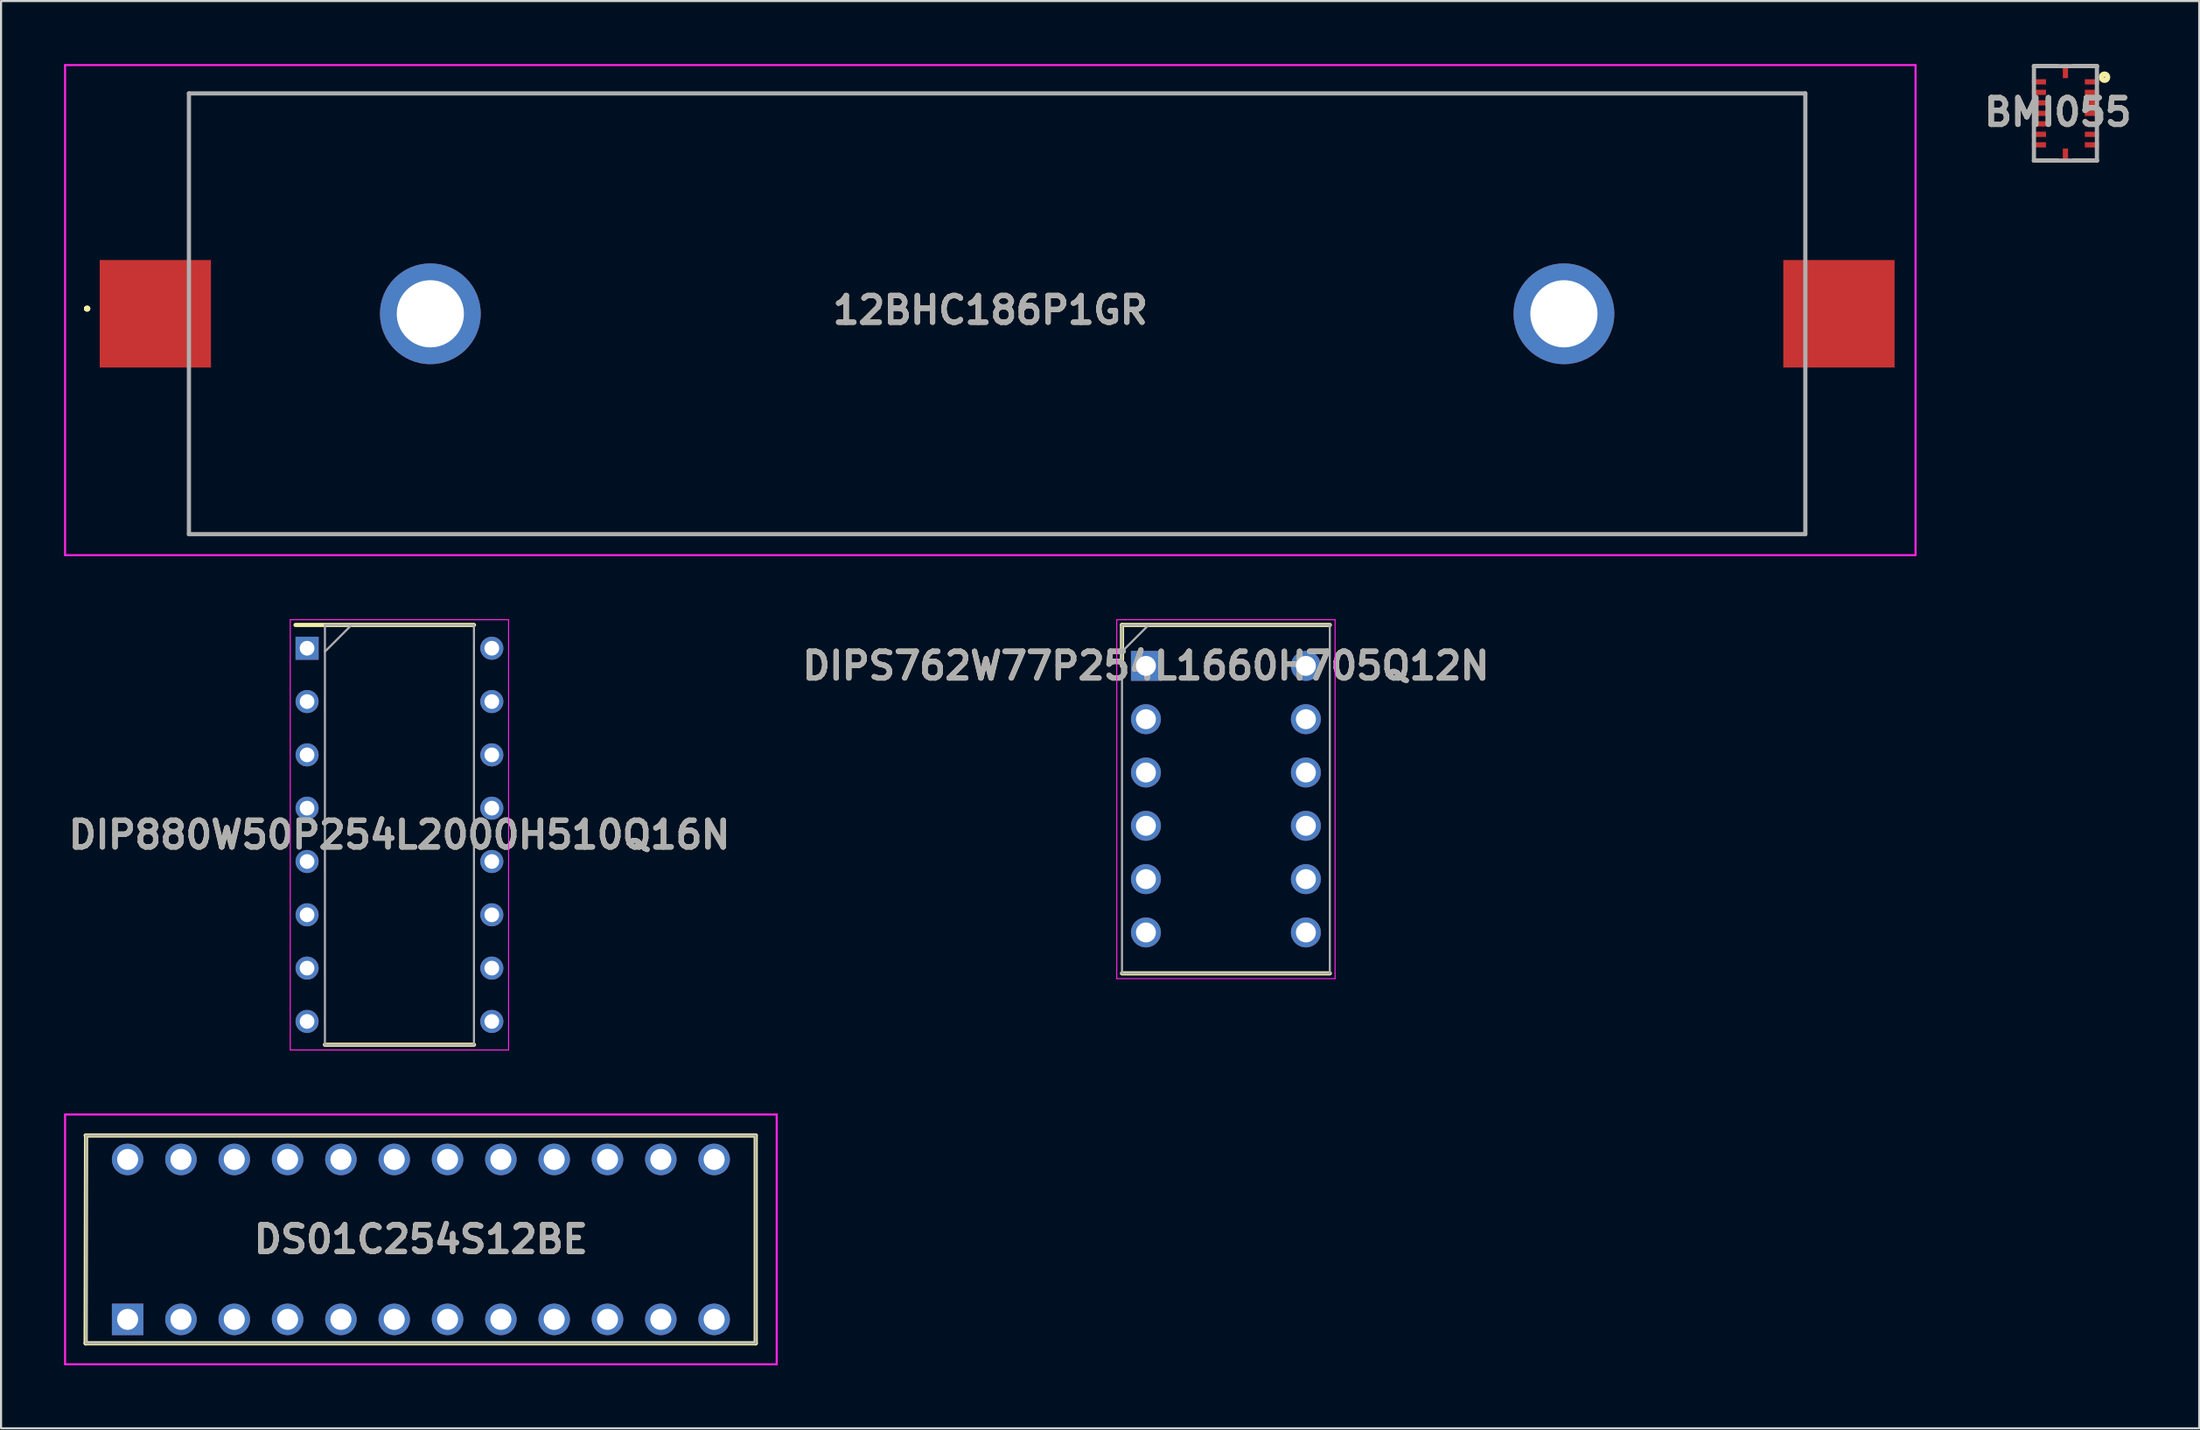
<source format=kicad_pcb>
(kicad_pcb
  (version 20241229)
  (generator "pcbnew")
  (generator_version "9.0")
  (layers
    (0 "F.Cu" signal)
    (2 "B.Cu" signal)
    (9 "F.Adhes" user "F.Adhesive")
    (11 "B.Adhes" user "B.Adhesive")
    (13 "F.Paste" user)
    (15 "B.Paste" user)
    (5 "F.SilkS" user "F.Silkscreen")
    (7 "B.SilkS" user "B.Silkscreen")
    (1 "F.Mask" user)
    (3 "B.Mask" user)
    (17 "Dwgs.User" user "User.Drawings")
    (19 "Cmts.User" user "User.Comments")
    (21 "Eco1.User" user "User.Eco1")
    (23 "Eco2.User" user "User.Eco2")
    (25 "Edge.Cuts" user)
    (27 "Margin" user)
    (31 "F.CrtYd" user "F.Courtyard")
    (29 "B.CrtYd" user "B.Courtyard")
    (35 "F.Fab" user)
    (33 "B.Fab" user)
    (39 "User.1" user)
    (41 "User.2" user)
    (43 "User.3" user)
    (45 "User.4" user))
  (footprint "DIPS762W77P254L1660H705Q12N"
    (layer "F.Cu")
    (at 51.538 28.675)
    (property "Reference" "DIPS762W77P254L1660H705Q12N" (at 0 0 0) (layer "F.SilkS") (effects (font (size 1.27 1.27) (thickness 0.254))))
    (attr through_hole)
    (fp_line (start -1.14 -1.95) (end -1.14 0) (stroke (width 0.2) (type solid)) (layer "F.SilkS"))
    (fp_line (start -1.14 14.65) (end 8.76 14.65) (stroke (width 0.2) (type solid)) (layer "F.SilkS"))
    (fp_line (start 8.76 -1.95) (end -1.14 -1.95) (stroke (width 0.2) (type solid)) (layer "F.SilkS"))
    (fp_line (start -1.39 -2.2) (end 9.01 -2.2) (stroke (width 0.05) (type solid)) (layer "F.CrtYd"))
    (fp_line (start -1.39 14.9) (end -1.39 -2.2) (stroke (width 0.05) (type solid)) (layer "F.CrtYd"))
    (fp_line (start 9.01 -2.2) (end 9.01 14.9) (stroke (width 0.05) (type solid)) (layer "F.CrtYd"))
    (fp_line (start 9.01 14.9) (end -1.39 14.9) (stroke (width 0.05) (type solid)) (layer "F.CrtYd"))
    (fp_line (start -1.14 -1.95) (end 8.76 -1.95) (stroke (width 0.1) (type solid)) (layer "F.Fab"))
    (fp_line (start -1.14 -0.68) (end 0.13 -1.95) (stroke (width 0.1) (type solid)) (layer "F.Fab"))
    (fp_line (start -1.14 14.65) (end -1.14 -1.95) (stroke (width 0.1) (type solid)) (layer "F.Fab"))
    (fp_line (start 8.76 -1.95) (end 8.76 14.65) (stroke (width 0.1) (type solid)) (layer "F.Fab"))
    (fp_line (start 8.76 14.65) (end -1.14 14.65) (stroke (width 0.1) (type solid)) (layer "F.Fab"))
    (fp_text user "${REFERENCE}" (at 0 0 0) (layer "F.Fab") (effects (font (size 1.27 1.27) (thickness 0.254))))
    (pad "1" thru_hole rect (at 0 0) (size 1.425 1.425) (drill 0.95) (layers "*.Cu" "*.Mask"))
    (pad "2" thru_hole circle (at 0 2.54) (size 1.425 1.425) (drill 0.95) (layers "*.Cu" "*.Mask"))
    (pad "3" thru_hole circle (at 0 5.08) (size 1.425 1.425) (drill 0.95) (layers "*.Cu" "*.Mask"))
    (pad "4" thru_hole circle (at 0 7.62) (size 1.425 1.425) (drill 0.95) (layers "*.Cu" "*.Mask"))
    (pad "5" thru_hole circle (at 0 10.16) (size 1.425 1.425) (drill 0.95) (layers "*.Cu" "*.Mask"))
    (pad "6" thru_hole circle (at 0 12.7) (size 1.425 1.425) (drill 0.95) (layers "*.Cu" "*.Mask"))
    (pad "7" thru_hole circle (at 7.62 12.7) (size 1.425 1.425) (drill 0.95) (layers "*.Cu" "*.Mask"))
    (pad "8" thru_hole circle (at 7.62 10.16) (size 1.425 1.425) (drill 0.95) (layers "*.Cu" "*.Mask"))
    (pad "9" thru_hole circle (at 7.62 7.62) (size 1.425 1.425) (drill 0.95) (layers "*.Cu" "*.Mask"))
    (pad "10" thru_hole circle (at 7.62 5.08) (size 1.425 1.425) (drill 0.95) (layers "*.Cu" "*.Mask"))
    (pad "11" thru_hole circle (at 7.62 2.54) (size 1.425 1.425) (drill 0.95) (layers "*.Cu" "*.Mask"))
    (pad "12" thru_hole circle (at 7.62 0) (size 1.425 1.425) (drill 0.95) (layers "*.Cu" "*.Mask")))
  (footprint "DIP880W50P254L2000H510Q16N"
    (layer "F.Cu")
    (at 15.978 36.725)
    (property "Reference" "DIP880W50P254L2000H510Q16N" (at 0 0 0) (layer "F.SilkS") (effects (font (size 1.27 1.27) (thickness 0.254))))
    (attr through_hole)
    (fp_line (start -4.95 -10) (end 3.55 -10) (stroke (width 0.2) (type solid)) (layer "F.SilkS"))
    (fp_line (start -3.55 10) (end 3.55 10) (stroke (width 0.2) (type solid)) (layer "F.SilkS"))
    (fp_line (start -5.2 -10.25) (end 5.2 -10.25) (stroke (width 0.05) (type solid)) (layer "F.CrtYd"))
    (fp_line (start -5.2 10.25) (end -5.2 -10.25) (stroke (width 0.05) (type solid)) (layer "F.CrtYd"))
    (fp_line (start 5.2 -10.25) (end 5.2 10.25) (stroke (width 0.05) (type solid)) (layer "F.CrtYd"))
    (fp_line (start 5.2 10.25) (end -5.2 10.25) (stroke (width 0.05) (type solid)) (layer "F.CrtYd"))
    (fp_line (start -3.55 -10) (end 3.55 -10) (stroke (width 0.1) (type solid)) (layer "F.Fab"))
    (fp_line (start -3.55 -8.73) (end -2.28 -10) (stroke (width 0.1) (type solid)) (layer "F.Fab"))
    (fp_line (start -3.55 10) (end -3.55 -10) (stroke (width 0.1) (type solid)) (layer "F.Fab"))
    (fp_line (start 3.55 -10) (end 3.55 10) (stroke (width 0.1) (type solid)) (layer "F.Fab"))
    (fp_line (start 3.55 10) (end -3.55 10) (stroke (width 0.1) (type solid)) (layer "F.Fab"))
    (fp_text user "${REFERENCE}" (at 0 0 0) (layer "F.Fab") (effects (font (size 1.27 1.27) (thickness 0.254))))
    (pad "1" thru_hole rect (at -4.4 -8.89) (size 1.1 1.1) (drill 0.7) (layers "*.Cu" "*.Mask"))
    (pad "2" thru_hole circle (at -4.4 -6.35) (size 1.1 1.1) (drill 0.7) (layers "*.Cu" "*.Mask"))
    (pad "3" thru_hole circle (at -4.4 -3.81) (size 1.1 1.1) (drill 0.7) (layers "*.Cu" "*.Mask"))
    (pad "4" thru_hole circle (at -4.4 -1.27) (size 1.1 1.1) (drill 0.7) (layers "*.Cu" "*.Mask"))
    (pad "5" thru_hole circle (at -4.4 1.27) (size 1.1 1.1) (drill 0.7) (layers "*.Cu" "*.Mask"))
    (pad "6" thru_hole circle (at -4.4 3.81) (size 1.1 1.1) (drill 0.7) (layers "*.Cu" "*.Mask"))
    (pad "7" thru_hole circle (at -4.4 6.35) (size 1.1 1.1) (drill 0.7) (layers "*.Cu" "*.Mask"))
    (pad "8" thru_hole circle (at -4.4 8.89) (size 1.1 1.1) (drill 0.7) (layers "*.Cu" "*.Mask"))
    (pad "9" thru_hole circle (at 4.4 8.89) (size 1.1 1.1) (drill 0.7) (layers "*.Cu" "*.Mask"))
    (pad "10" thru_hole circle (at 4.4 6.35) (size 1.1 1.1) (drill 0.7) (layers "*.Cu" "*.Mask"))
    (pad "11" thru_hole circle (at 4.4 3.81) (size 1.1 1.1) (drill 0.7) (layers "*.Cu" "*.Mask"))
    (pad "12" thru_hole circle (at 4.4 1.27) (size 1.1 1.1) (drill 0.7) (layers "*.Cu" "*.Mask"))
    (pad "13" thru_hole circle (at 4.4 -1.27) (size 1.1 1.1) (drill 0.7) (layers "*.Cu" "*.Mask"))
    (pad "14" thru_hole circle (at 4.4 -3.81) (size 1.1 1.1) (drill 0.7) (layers "*.Cu" "*.Mask"))
    (pad "15" thru_hole circle (at 4.4 -6.35) (size 1.1 1.1) (drill 0.7) (layers "*.Cu" "*.Mask"))
    (pad "16" thru_hole circle (at 4.4 -8.89) (size 1.1 1.1) (drill 0.7) (layers "*.Cu" "*.Mask")))
  (footprint "12BHC186P1GR"
    (layer "F.Cu")
    (at 44.45 11.9)
    (property "Reference" "12BHC186P1GR" (at -0.325 -0.175 0) (layer "F.SilkS") (effects (font (size 1.27 1.27) (thickness 0.254))))
    (attr through_hole)
    (fp_line (start -43.4 -0.25) (end -43.4 -0.25) (stroke (width 0.2) (type solid)) (layer "F.SilkS"))
    (fp_line (start -43.4 -0.25) (end -43.4 -0.25) (stroke (width 0.2) (type solid)) (layer "F.SilkS"))
    (fp_line (start -43.3 -0.25) (end -43.3 -0.25) (stroke (width 0.2) (type solid)) (layer "F.SilkS"))
    (fp_line (start -38.5 -10.5) (end -38.5 -10.5) (stroke (width 0.1) (type solid)) (layer "F.SilkS"))
    (fp_line (start -38.5 -10.5) (end -38.5 -10.5) (stroke (width 0.1) (type solid)) (layer "F.SilkS"))
    (fp_line (start -38.5 -10.5) (end -38.5 -3.25) (stroke (width 0.1) (type solid)) (layer "F.SilkS"))
    (fp_line (start -38.5 -10.5) (end -35.75 -10.5) (stroke (width 0.1) (type solid)) (layer "F.SilkS"))
    (fp_line (start -38.5 -3.25) (end -38.5 -10.5) (stroke (width 0.1) (type solid)) (layer "F.SilkS"))
    (fp_line (start -38.5 -3.25) (end -38.5 -3.25) (stroke (width 0.1) (type solid)) (layer "F.SilkS"))
    (fp_line (start -38.5 3.25) (end -38.5 3.25) (stroke (width 0.1) (type solid)) (layer "F.SilkS"))
    (fp_line (start -38.5 3.25) (end -38.5 10.5) (stroke (width 0.1) (type solid)) (layer "F.SilkS"))
    (fp_line (start -38.5 10.5) (end -38.5 3.25) (stroke (width 0.1) (type solid)) (layer "F.SilkS"))
    (fp_line (start -38.5 10.5) (end -38.5 10.5) (stroke (width 0.1) (type solid)) (layer "F.SilkS"))
    (fp_line (start -38.5 10.5) (end -38.5 10.5) (stroke (width 0.1) (type solid)) (layer "F.SilkS"))
    (fp_line (start -38.5 10.5) (end 38.5 10.5) (stroke (width 0.1) (type solid)) (layer "F.SilkS"))
    (fp_line (start -35.75 -10.5) (end -38.5 -10.5) (stroke (width 0.1) (type solid)) (layer "F.SilkS"))
    (fp_line (start -35.75 -10.5) (end -35.75 -10.5) (stroke (width 0.1) (type solid)) (layer "F.SilkS"))
    (fp_line (start -32.75 -10.5) (end -32.75 -10.5) (stroke (width 0.1) (type solid)) (layer "F.SilkS"))
    (fp_line (start -32.75 -10.5) (end 38.5 -10.5) (stroke (width 0.1) (type solid)) (layer "F.SilkS"))
    (fp_line (start 38.5 -10.5) (end -32.75 -10.5) (stroke (width 0.1) (type solid)) (layer "F.SilkS"))
    (fp_line (start 38.5 -10.5) (end 38.5 -10.5) (stroke (width 0.1) (type solid)) (layer "F.SilkS"))
    (fp_line (start 38.5 -10.5) (end 38.5 -10.5) (stroke (width 0.1) (type solid)) (layer "F.SilkS"))
    (fp_line (start 38.5 -10.5) (end 38.5 -3.25) (stroke (width 0.1) (type solid)) (layer "F.SilkS"))
    (fp_line (start 38.5 -3.25) (end 38.5 -10.5) (stroke (width 0.1) (type solid)) (layer "F.SilkS"))
    (fp_line (start 38.5 -3.25) (end 38.5 -3.25) (stroke (width 0.1) (type solid)) (layer "F.SilkS"))
    (fp_line (start 38.5 3.25) (end 38.5 3.25) (stroke (width 0.1) (type solid)) (layer "F.SilkS"))
    (fp_line (start 38.5 3.25) (end 38.5 10.5) (stroke (width 0.1) (type solid)) (layer "F.SilkS"))
    (fp_line (start 38.5 10.5) (end -38.5 10.5) (stroke (width 0.1) (type solid)) (layer "F.SilkS"))
    (fp_line (start 38.5 10.5) (end 38.5 3.25) (stroke (width 0.1) (type solid)) (layer "F.SilkS"))
    (fp_line (start 38.5 10.5) (end 38.5 10.5) (stroke (width 0.1) (type solid)) (layer "F.SilkS"))
    (fp_line (start 38.5 10.5) (end 38.5 10.5) (stroke (width 0.1) (type solid)) (layer "F.SilkS"))
    (fp_arc (start -43.4 -0.25) (mid -43.35 -0.3) (end -43.3 -0.25) (stroke (width 0.2) (type solid)) (layer "F.SilkS"))
    (fp_arc (start -43.3 -0.25) (mid -43.35 -0.2) (end -43.4 -0.25) (stroke (width 0.2) (type solid)) (layer "F.SilkS"))
    (fp_arc (start -43.3 -0.25) (mid -43.35 -0.2) (end -43.4 -0.25) (stroke (width 0.2) (type solid)) (layer "F.SilkS"))
    (fp_line (start -44.4 -11.85) (end 43.75 -11.85) (stroke (width 0.1) (type solid)) (layer "F.CrtYd"))
    (fp_line (start -44.4 11.5) (end -44.4 -11.85) (stroke (width 0.1) (type solid)) (layer "F.CrtYd"))
    (fp_line (start 43.75 -11.85) (end 43.75 11.5) (stroke (width 0.1) (type solid)) (layer "F.CrtYd"))
    (fp_line (start 43.75 11.5) (end -44.4 11.5) (stroke (width 0.1) (type solid)) (layer "F.CrtYd"))
    (fp_line (start -38.5 -10.5) (end -38.5 10.5) (stroke (width 0.2) (type solid)) (layer "F.Fab"))
    (fp_line (start -38.5 10.5) (end 38.5 10.5) (stroke (width 0.2) (type solid)) (layer "F.Fab"))
    (fp_line (start 38.5 -10.5) (end -38.5 -10.5) (stroke (width 0.2) (type solid)) (layer "F.Fab"))
    (fp_line (start 38.5 10.5) (end 38.5 -10.5) (stroke (width 0.2) (type solid)) (layer "F.Fab"))
    (fp_text user "${REFERENCE}" (at -0.325 -0.175 0) (layer "F.Fab") (effects (font (size 1.27 1.27) (thickness 0.254))))
    (pad "" np_thru_hole circle (at -34.25 -9.75) (size 0.001 0.001) (drill 2) (layers "*.Cu" "*.Mask"))
    (pad "1" smd rect (at -40.1 0 90) (size 5.12 5.3) (layers "F.Cu" "F.Mask" "F.Paste"))
    (pad "2" smd rect (at 40.1 0 90) (size 5.12 5.3) (layers "F.Cu" "F.Mask" "F.Paste"))
    (pad "MH1" thru_hole circle (at -27 0) (size 4.8 4.8) (drill 3.2) (layers "*.Cu" "*.Mask"))
    (pad "MH2" thru_hole circle (at 27 0) (size 4.8 4.8) (drill 3.2) (layers "*.Cu" "*.Mask")))
  (footprint "DS01C254S12BE"
    (layer "F.Cu")
    (at 3.03 59.81)
    (property "Reference" "DS01C254S12BE" (at 13.97 -3.81 0) (layer "F.SilkS") (effects (font (size 1.27 1.27) (thickness 0.254))))
    (attr through_hole)
    (fp_line (start -2 1.14) (end 29.92 1.14) (stroke (width 0.2) (type solid)) (layer "F.SilkS"))
    (fp_line (start -1.98 -8.76) (end -2 1.14) (stroke (width 0.2) (type solid)) (layer "F.SilkS"))
    (fp_line (start 29.92 -8.76) (end -2 -8.76) (stroke (width 0.2) (type solid)) (layer "F.SilkS"))
    (fp_line (start 29.92 1.14) (end 29.92 -8.76) (stroke (width 0.2) (type solid)) (layer "F.SilkS"))
    (fp_line (start -2.98 -9.76) (end 30.92 -9.76) (stroke (width 0.1) (type solid)) (layer "F.CrtYd"))
    (fp_line (start -2.98 2.14) (end -2.98 -9.76) (stroke (width 0.1) (type solid)) (layer "F.CrtYd"))
    (fp_line (start 30.92 -9.76) (end 30.92 2.14) (stroke (width 0.1) (type solid)) (layer "F.CrtYd"))
    (fp_line (start 30.92 2.14) (end -2.98 2.14) (stroke (width 0.1) (type solid)) (layer "F.CrtYd"))
    (fp_line (start -1.98 -8.76) (end -1.98 1.14) (stroke (width 0.1) (type solid)) (layer "F.Fab"))
    (fp_line (start -1.98 1.14) (end 29.92 1.14) (stroke (width 0.1) (type solid)) (layer "F.Fab"))
    (fp_line (start 29.92 -8.76) (end -1.98 -8.76) (stroke (width 0.1) (type solid)) (layer "F.Fab"))
    (fp_line (start 29.92 1.14) (end 29.92 -8.76) (stroke (width 0.1) (type solid)) (layer "F.Fab"))
    (fp_text user "${REFERENCE}" (at 13.97 -3.81 0) (layer "F.Fab") (effects (font (size 1.27 1.27) (thickness 0.254))))
    (pad "1" thru_hole rect (at 0 0) (size 1.5 1.5) (drill 1) (layers "*.Cu" "*.Mask"))
    (pad "2" thru_hole circle (at 0 -7.62) (size 1.5 1.5) (drill 1) (layers "*.Cu" "*.Mask"))
    (pad "3" thru_hole circle (at 2.54 0) (size 1.5 1.5) (drill 1) (layers "*.Cu" "*.Mask"))
    (pad "4" thru_hole circle (at 2.54 -7.62) (size 1.5 1.5) (drill 1) (layers "*.Cu" "*.Mask"))
    (pad "5" thru_hole circle (at 5.08 0) (size 1.5 1.5) (drill 1) (layers "*.Cu" "*.Mask"))
    (pad "6" thru_hole circle (at 5.08 -7.62) (size 1.5 1.5) (drill 1) (layers "*.Cu" "*.Mask"))
    (pad "7" thru_hole circle (at 7.62 0) (size 1.5 1.5) (drill 1) (layers "*.Cu" "*.Mask"))
    (pad "8" thru_hole circle (at 7.62 -7.62) (size 1.5 1.5) (drill 1) (layers "*.Cu" "*.Mask"))
    (pad "9" thru_hole circle (at 10.16 0) (size 1.5 1.5) (drill 1) (layers "*.Cu" "*.Mask"))
    (pad "10" thru_hole circle (at 10.16 -7.62) (size 1.5 1.5) (drill 1) (layers "*.Cu" "*.Mask"))
    (pad "11" thru_hole circle (at 12.7 0) (size 1.5 1.5) (drill 1) (layers "*.Cu" "*.Mask"))
    (pad "12" thru_hole circle (at 12.7 -7.62) (size 1.5 1.5) (drill 1) (layers "*.Cu" "*.Mask"))
    (pad "13" thru_hole circle (at 15.24 0) (size 1.5 1.5) (drill 1) (layers "*.Cu" "*.Mask"))
    (pad "14" thru_hole circle (at 15.24 -7.62) (size 1.5 1.5) (drill 1) (layers "*.Cu" "*.Mask"))
    (pad "15" thru_hole circle (at 17.78 0) (size 1.5 1.5) (drill 1) (layers "*.Cu" "*.Mask"))
    (pad "16" thru_hole circle (at 17.78 -7.62) (size 1.5 1.5) (drill 1) (layers "*.Cu" "*.Mask"))
    (pad "17" thru_hole circle (at 20.32 0) (size 1.5 1.5) (drill 1) (layers "*.Cu" "*.Mask"))
    (pad "18" thru_hole circle (at 20.32 -7.62) (size 1.5 1.5) (drill 1) (layers "*.Cu" "*.Mask"))
    (pad "19" thru_hole circle (at 22.86 0) (size 1.5 1.5) (drill 1) (layers "*.Cu" "*.Mask"))
    (pad "20" thru_hole circle (at 22.86 -7.62) (size 1.5 1.5) (drill 1) (layers "*.Cu" "*.Mask"))
    (pad "21" thru_hole circle (at 25.4 0) (size 1.5 1.5) (drill 1) (layers "*.Cu" "*.Mask"))
    (pad "22" thru_hole circle (at 25.4 -7.62) (size 1.5 1.5) (drill 1) (layers "*.Cu" "*.Mask"))
    (pad "23" thru_hole circle (at 27.94 0) (size 1.5 1.5) (drill 1) (layers "*.Cu" "*.Mask"))
    (pad "24" thru_hole circle (at 27.94 -7.62) (size 1.5 1.5) (drill 1) (layers "*.Cu" "*.Mask")))
  (footprint "BMI055"
    (layer "F.Cu")
    (at 95.34 2.35)
    (property "Reference" "BMI055" (at -0.359 -0.053 0) (layer "F.SilkS") (effects (font (size 1.27 1.27) (thickness 0.254))))
    (attr smd)
    (fp_line (start -1.5 -2.25) (end -0.377 -2.25) (stroke (width 0.2) (type solid)) (layer "F.SilkS"))
    (fp_line (start -1.5 2.25) (end -0.377 2.25) (stroke (width 0.2) (type solid)) (layer "F.SilkS"))
    (fp_line (start 1.5 -2.25) (end 0.377 -2.25) (stroke (width 0.2) (type solid)) (layer "F.SilkS"))
    (fp_line (start 1.5 2.25) (end 0.377 2.25) (stroke (width 0.2) (type solid)) (layer "F.SilkS"))
    (fp_circle (center 1.862 -1.722) (end 1.862 -1.701) (stroke (width 0.254) (type solid)) (fill no) (layer "F.SilkS"))
    (fp_line (start -1.5 -2.25) (end 1.5 -2.25) (stroke (width 0.2) (type solid)) (layer "F.Fab"))
    (fp_line (start -1.5 2.25) (end -1.5 -2.25) (stroke (width 0.2) (type solid)) (layer "F.Fab"))
    (fp_line (start 1.5 -2.25) (end 1.5 2.25) (stroke (width 0.2) (type solid)) (layer "F.Fab"))
    (fp_line (start 1.5 2.25) (end -1.5 2.25) (stroke (width 0.2) (type solid)) (layer "F.Fab"))
    (fp_text user "${REFERENCE}" (at -0.359 -0.053 0) (layer "F.Fab") (effects (font (size 1.27 1.27) (thickness 0.254))))
    (pad "1" smd rect (at 1.262 -1.5 90) (size 0.25 0.675) (layers "F.Cu" "F.Mask" "F.Paste"))
    (pad "2" smd rect (at 1.262 -1 90) (size 0.25 0.675) (layers "F.Cu" "F.Mask" "F.Paste"))
    (pad "3" smd rect (at 1.262 -0.5 90) (size 0.25 0.675) (layers "F.Cu" "F.Mask" "F.Paste"))
    (pad "4" smd rect (at 1.262 0 90) (size 0.25 0.675) (layers "F.Cu" "F.Mask" "F.Paste"))
    (pad "5" smd rect (at 1.262 0.5 90) (size 0.25 0.675) (layers "F.Cu" "F.Mask" "F.Paste"))
    (pad "6" smd rect (at 1.262 1 90) (size 0.25 0.675) (layers "F.Cu" "F.Mask" "F.Paste"))
    (pad "7" smd rect (at 1.262 1.5 90) (size 0.25 0.675) (layers "F.Cu" "F.Mask" "F.Paste"))
    (pad "8" smd rect (at 0 2.013) (size 0.25 0.675) (layers "F.Cu" "F.Mask" "F.Paste"))
    (pad "9" smd rect (at -1.262 1.5 90) (size 0.25 0.675) (layers "F.Cu" "F.Mask" "F.Paste"))
    (pad "10" smd rect (at -1.262 1 90) (size 0.25 0.675) (layers "F.Cu" "F.Mask" "F.Paste"))
    (pad "11" smd rect (at -1.262 0.5 90) (size 0.25 0.675) (layers "F.Cu" "F.Mask" "F.Paste"))
    (pad "12" smd rect (at -1.262 0 90) (size 0.25 0.675) (layers "F.Cu" "F.Mask" "F.Paste"))
    (pad "13" smd rect (at -1.262 -0.5 90) (size 0.25 0.675) (layers "F.Cu" "F.Mask" "F.Paste"))
    (pad "14" smd rect (at -1.262 -1 90) (size 0.25 0.675) (layers "F.Cu" "F.Mask" "F.Paste"))
    (pad "15" smd rect (at -1.262 -1.5 90) (size 0.25 0.675) (layers "F.Cu" "F.Mask" "F.Paste"))
    (pad "16" smd rect (at 0 -2.013) (size 0.25 0.675) (layers "F.Cu" "F.Mask" "F.Paste")))
  (gr_rect
    (start -3 -3)
    (end 101.713 65)
    (stroke (width 0.1) (type default))
    (fill no)
    (layer "Edge.Cuts")))
</source>
